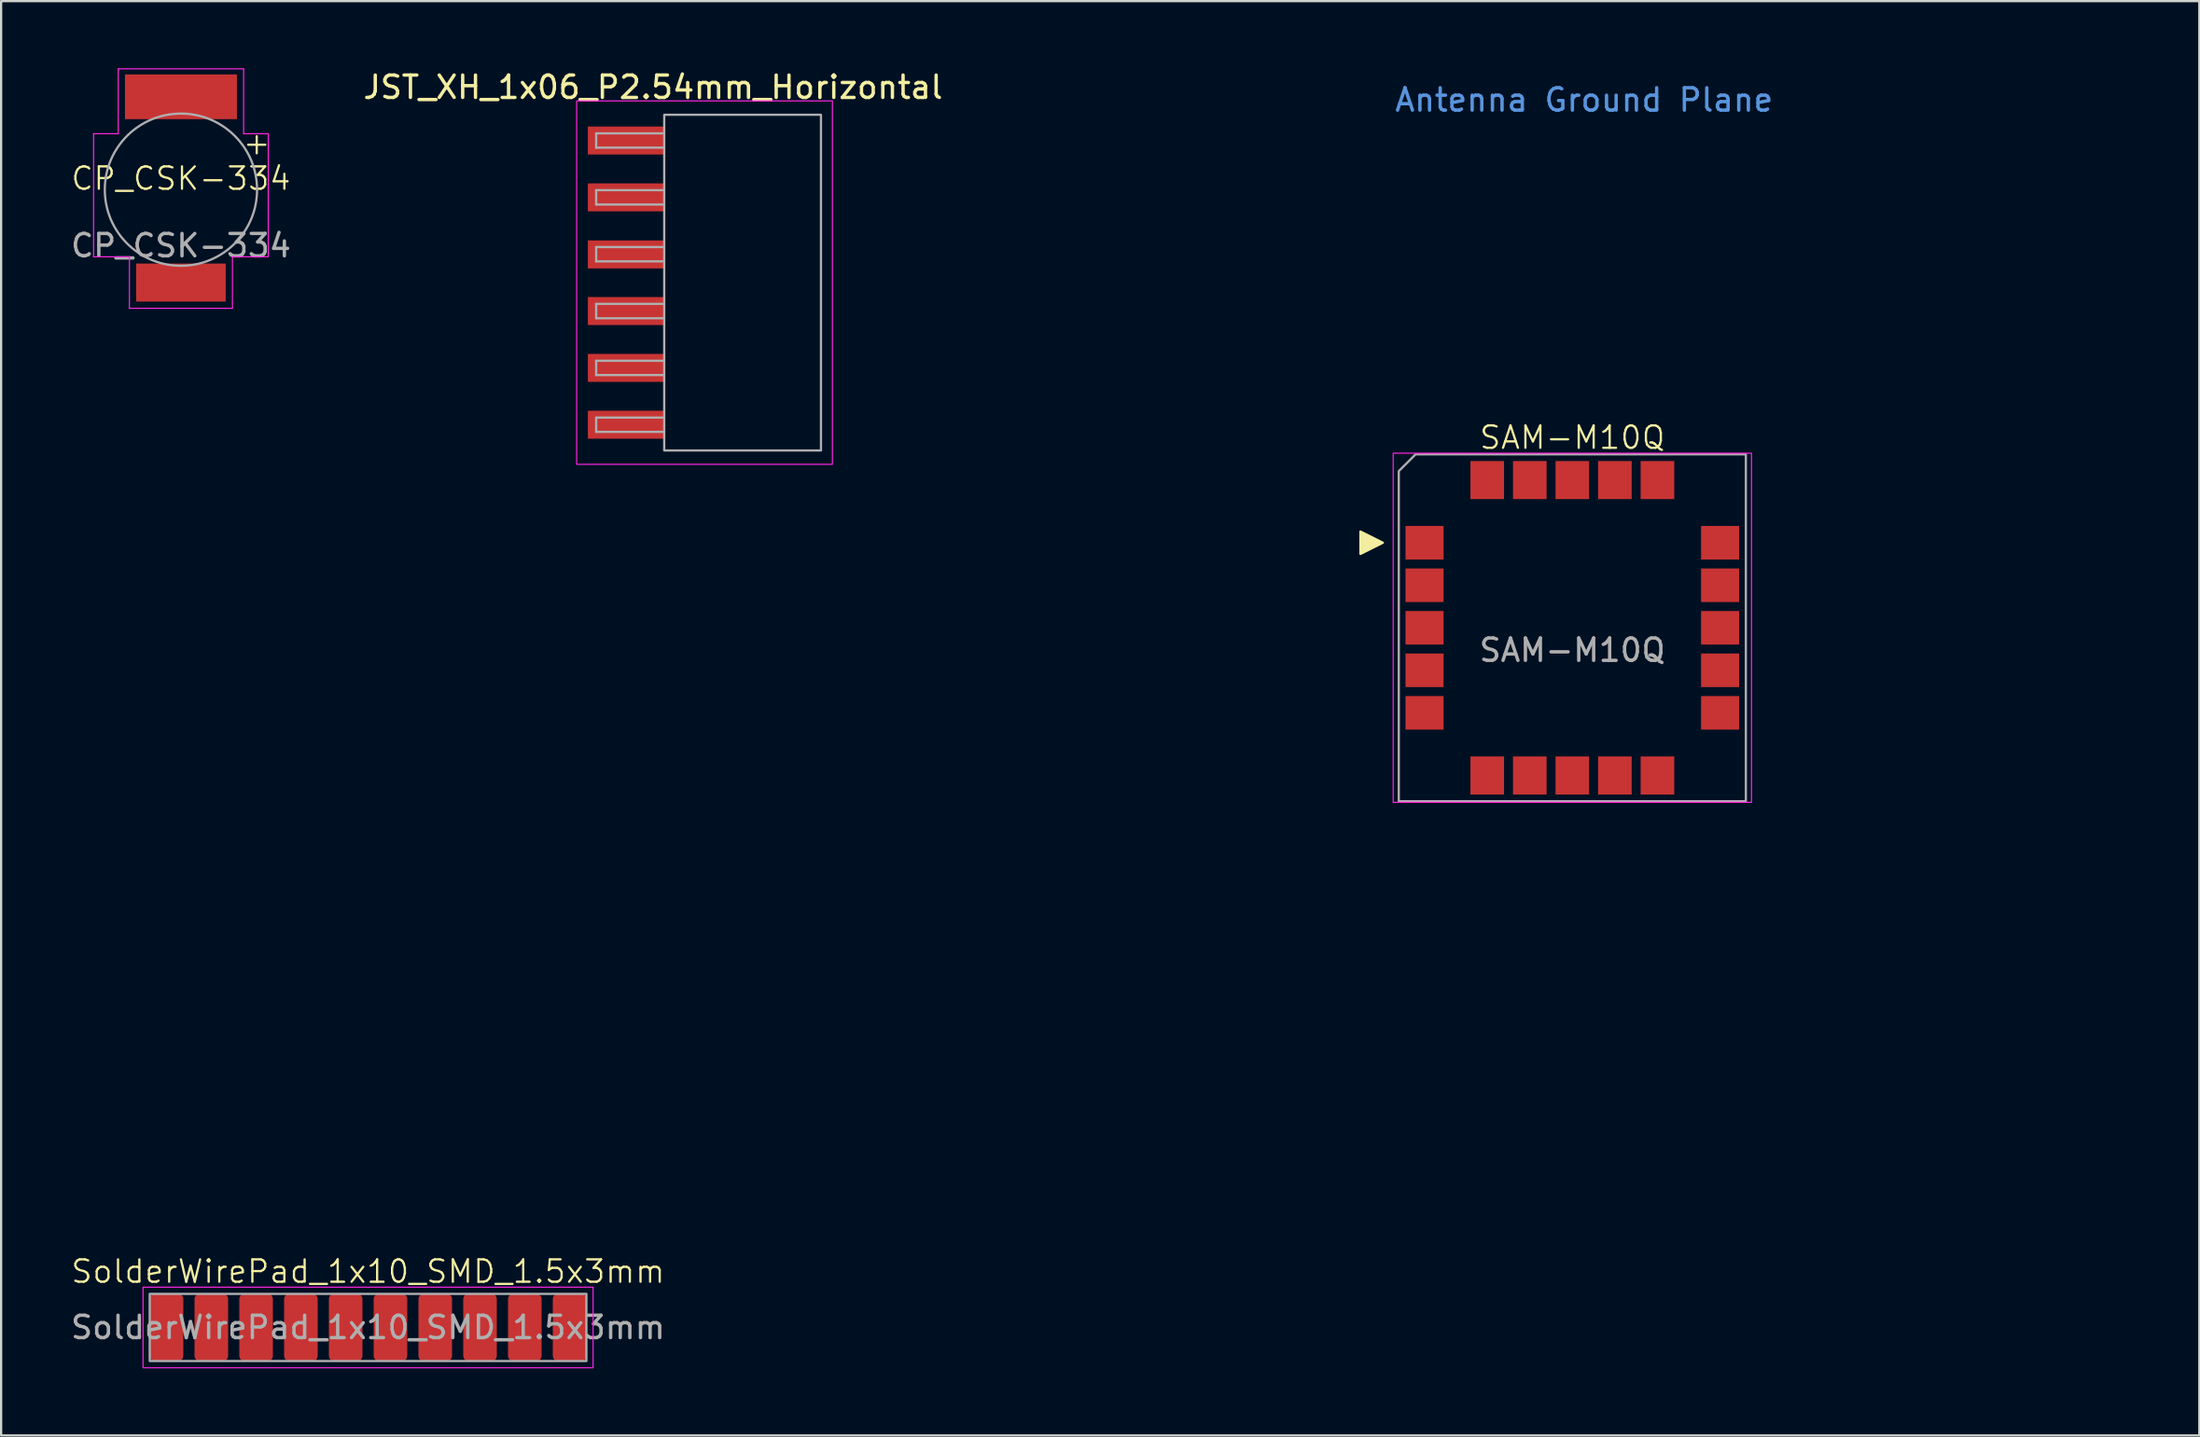
<source format=kicad_pcb>
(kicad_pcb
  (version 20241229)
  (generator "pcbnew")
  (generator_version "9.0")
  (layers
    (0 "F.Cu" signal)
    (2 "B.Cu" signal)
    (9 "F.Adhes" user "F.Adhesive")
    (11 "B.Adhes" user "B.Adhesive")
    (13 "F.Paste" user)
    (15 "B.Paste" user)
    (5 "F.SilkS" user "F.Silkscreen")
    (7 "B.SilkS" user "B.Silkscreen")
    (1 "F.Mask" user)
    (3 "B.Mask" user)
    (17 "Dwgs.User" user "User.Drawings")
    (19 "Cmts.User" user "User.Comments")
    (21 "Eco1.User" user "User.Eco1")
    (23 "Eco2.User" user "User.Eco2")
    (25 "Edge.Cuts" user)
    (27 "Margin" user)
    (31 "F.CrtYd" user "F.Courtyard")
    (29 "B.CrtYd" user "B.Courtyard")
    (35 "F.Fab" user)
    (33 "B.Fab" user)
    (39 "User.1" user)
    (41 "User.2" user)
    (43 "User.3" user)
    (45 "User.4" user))
  (footprint "CP_CSK-334"
    (layer "F.Cu")
    (at 5.03 5.425)
    (property "Reference" "CP_CSK-334" (at 0 -0.5 0) (unlocked yes) (layer "F.SilkS") (effects (font (size 1 1) (thickness 0.1))))
    (attr smd)
    (fp_line (start -3.9 -2.5) (end -3.9 3) (stroke (width 0.05) (type default)) (layer "F.CrtYd"))
    (fp_line (start -3.9 3) (end -2.3 3) (stroke (width 0.05) (type default)) (layer "F.CrtYd"))
    (fp_line (start -2.8 -5.4) (end -2.8 -2.5) (stroke (width 0.05) (type default)) (layer "F.CrtYd"))
    (fp_line (start -2.8 -2.5) (end -3.9 -2.5) (stroke (width 0.05) (type default)) (layer "F.CrtYd"))
    (fp_line (start -2.3 5.3) (end -2.3 3) (stroke (width 0.05) (type default)) (layer "F.CrtYd"))
    (fp_line (start -2.3 5.3) (end 2.3 5.3) (stroke (width 0.05) (type default)) (layer "F.CrtYd"))
    (fp_line (start 2.3 5.3) (end 2.3 3) (stroke (width 0.05) (type default)) (layer "F.CrtYd"))
    (fp_line (start 2.8 -5.4) (end -2.8 -5.4) (stroke (width 0.05) (type default)) (layer "F.CrtYd"))
    (fp_line (start 2.8 -5.4) (end 2.8 -2.5) (stroke (width 0.05) (type default)) (layer "F.CrtYd"))
    (fp_line (start 2.8 -2.5) (end 3.9 -2.5) (stroke (width 0.05) (type default)) (layer "F.CrtYd"))
    (fp_line (start 3.9 -2.5) (end 3.9 3) (stroke (width 0.05) (type default)) (layer "F.CrtYd"))
    (fp_line (start 3.9 3) (end 2.3 3) (stroke (width 0.05) (type default)) (layer "F.CrtYd"))
    (fp_circle (center 0 0) (end 3.4 0) (stroke (width 0.1) (type solid)) (fill no) (layer "F.Fab"))
    (fp_text user "+" (at 2.7 -1.5 0) (unlocked yes) (layer "F.SilkS") (effects (font (size 1 1) (thickness 0.1)) (justify left bottom)))
    (fp_text user "${REFERENCE}" (at 0 2.5 0) (unlocked yes) (layer "F.Fab") (effects (font (size 1 1) (thickness 0.15))))
    (pad "1" smd rect (at 0 -4.15) (size 5 2) (layers "F.Cu" "F.Mask" "F.Paste"))
    (pad "2" smd rect (at 0 4.15) (size 4 1.7) (layers "F.Cu" "F.Mask" "F.Paste")))
  (footprint "SolderWirePad_1x10_SMD_1.5x3mm"
    (layer "F.Cu")
    (at 13.387 56.261)
    (property "Reference" "SolderWirePad_1x10_SMD_1.5x3mm" (at 0 -2.5 0) (unlocked yes) (layer "F.SilkS") (effects (font (size 1 1) (thickness 0.1))))
    (attr smd exclude_from_bom)
    (fp_rect (start -10.05 -1.8) (end 10.05 1.8) (stroke (width 0.05) (type default)) (fill no) (layer "F.CrtYd"))
    (fp_rect (start -9.75 -1.5) (end 9.75 1.5) (stroke (width 0.1) (type default)) (fill no) (layer "F.Fab"))
    (fp_text user "${REFERENCE}" (at 0 0 0) (unlocked yes) (layer "F.Fab") (effects (font (size 1 1) (thickness 0.15))))
    (pad "1" smd roundrect (at -9 0) (size 1.5 3) (layers "F.Cu" "F.Mask" "F.Paste") (roundrect_rratio 0.15))
    (pad "2" smd roundrect (at -7 0) (size 1.5 3) (layers "F.Cu" "F.Mask" "F.Paste") (roundrect_rratio 0.15))
    (pad "3" smd roundrect (at -5 0) (size 1.5 3) (layers "F.Cu" "F.Mask" "F.Paste") (roundrect_rratio 0.15))
    (pad "4" smd roundrect (at -3 0) (size 1.5 3) (layers "F.Cu" "F.Mask" "F.Paste") (roundrect_rratio 0.15))
    (pad "5" smd roundrect (at -1 0) (size 1.5 3) (layers "F.Cu" "F.Mask" "F.Paste") (roundrect_rratio 0.15))
    (pad "6" smd roundrect (at 1 0) (size 1.5 3) (layers "F.Cu" "F.Mask" "F.Paste") (roundrect_rratio 0.15))
    (pad "7" smd roundrect (at 3 0) (size 1.5 3) (layers "F.Cu" "F.Mask" "F.Paste") (roundrect_rratio 0.15))
    (pad "8" smd roundrect (at 5 0) (size 1.5 3) (layers "F.Cu" "F.Mask" "F.Paste") (roundrect_rratio 0.15))
    (pad "9" smd roundrect (at 7 0) (size 1.5 3) (layers "F.Cu" "F.Mask" "F.Paste") (roundrect_rratio 0.15))
    (pad "10" smd roundrect (at 9 0) (size 1.5 3) (layers "F.Cu" "F.Mask" "F.Paste") (roundrect_rratio 0.15)))
  (footprint "JST_XH_1x06_P2.54mm_Horizontal"
    (layer "F.Cu")
    (at 26.113 9.578)
    (property "Reference" "JST_XH_1x06_P2.54mm_Horizontal" (at 0 -8.73 0) (layer "F.SilkS") (effects (font (size 1 1) (thickness 0.15))))
    (attr smd)
    (fp_rect (start -3.41 -8.12) (end 8.01 8.12) (stroke (width 0.05) (type solid)) (fill no) (layer "F.CrtYd"))
    (fp_line (start -2.54 -6.67) (end -2.54 -6.03) (stroke (width 0.1) (type solid)) (layer "F.Fab"))
    (fp_line (start -2.54 -6.67) (end 0.46 -6.67) (stroke (width 0.1) (type solid)) (layer "F.Fab"))
    (fp_line (start -2.54 -6.03) (end 0.46 -6.03) (stroke (width 0.1) (type solid)) (layer "F.Fab"))
    (fp_line (start -2.54 -4.13) (end -2.54 -3.49) (stroke (width 0.1) (type solid)) (layer "F.Fab"))
    (fp_line (start -2.54 -4.13) (end 0.46 -4.13) (stroke (width 0.1) (type solid)) (layer "F.Fab"))
    (fp_line (start -2.54 -3.49) (end 0.46 -3.49) (stroke (width 0.1) (type solid)) (layer "F.Fab"))
    (fp_line (start -2.54 -1.59) (end -2.54 -0.95) (stroke (width 0.1) (type solid)) (layer "F.Fab"))
    (fp_line (start -2.54 -1.59) (end 0.46 -1.59) (stroke (width 0.1) (type solid)) (layer "F.Fab"))
    (fp_line (start -2.54 -0.95) (end 0.46 -0.95) (stroke (width 0.1) (type solid)) (layer "F.Fab"))
    (fp_line (start -2.54 0.95) (end -2.54 1.59) (stroke (width 0.1) (type solid)) (layer "F.Fab"))
    (fp_line (start -2.54 0.95) (end 0.46 0.95) (stroke (width 0.1) (type solid)) (layer "F.Fab"))
    (fp_line (start -2.54 1.59) (end 0.46 1.59) (stroke (width 0.1) (type solid)) (layer "F.Fab"))
    (fp_line (start -2.54 3.49) (end -2.54 4.13) (stroke (width 0.1) (type solid)) (layer "F.Fab"))
    (fp_line (start -2.54 3.49) (end 0.46 3.49) (stroke (width 0.1) (type solid)) (layer "F.Fab"))
    (fp_line (start -2.54 4.13) (end 0.46 4.13) (stroke (width 0.1) (type solid)) (layer "F.Fab"))
    (fp_line (start -2.54 6.03) (end -2.54 6.67) (stroke (width 0.1) (type solid)) (layer "F.Fab"))
    (fp_line (start -2.54 6.03) (end 0.46 6.03) (stroke (width 0.1) (type solid)) (layer "F.Fab"))
    (fp_line (start -2.54 6.67) (end 0.46 6.67) (stroke (width 0.1) (type solid)) (layer "F.Fab"))
    (fp_rect (start 0.5 -7.5) (end 7.5 7.5) (stroke (width 0.1) (type solid)) (fill no) (layer "F.Fab"))
    (pad "1" smd rect (at -1.205 -6.35) (size 3.41 1.25) (layers "F.Cu" "F.Mask" "F.Paste"))
    (pad "2" smd rect (at -1.205 -3.81) (size 3.41 1.25) (layers "F.Cu" "F.Mask" "F.Paste"))
    (pad "3" smd rect (at -1.205 -1.26) (size 3.41 1.25) (layers "F.Cu" "F.Mask" "F.Paste"))
    (pad "4" smd rect (at -1.205 1.27) (size 3.41 1.25) (layers "F.Cu" "F.Mask" "F.Paste"))
    (pad "5" smd rect (at -1.205 3.81) (size 3.41 1.25) (layers "F.Cu" "F.Mask" "F.Paste"))
    (pad "6" smd rect (at -1.205 6.35) (size 3.41 1.25) (layers "F.Cu" "F.Mask" "F.Paste")))
  (footprint "SAM-M10Q"
    (layer "F.Cu")
    (at 67.167 25)
    (property "Reference" "SAM-M10Q" (at 0 -8.5 0) (unlocked yes) (layer "F.SilkS") (effects (font (size 1 1) (thickness 0.1))))
    (attr smd)
    (fp_poly (pts (xy -8.462 -3.8) (xy -9.462 -3.3) (xy -9.462 -4.3)) (stroke (width 0.1) (type solid)) (fill yes) (layer "F.SilkS"))
    (fp_rect (start -8 -7.8) (end 8 7.8) (stroke (width 0.05) (type solid)) (fill no) (layer "F.CrtYd"))
    (fp_poly (pts (xy -7.75 -7) (xy -7 -7.75) (xy 7.75 -7.75) (xy 7.75 7.75) (xy -7.75 7.75)) (stroke (width 0.1) (type solid)) (fill no) (layer "F.Fab"))
    (fp_text user "Antenna Ground Plane" (at -8 -23 0) (unlocked yes) (layer "Cmts.User") (effects (font (size 1 1) (thickness 0.15)) (justify left bottom)))
    (fp_text user "${REFERENCE}" (at 0 1 0) (unlocked yes) (layer "F.Fab") (effects (font (size 1 1) (thickness 0.15))))
    (pad "1" smd rect (at -6.6 -3.8 270) (size 1.5 1.7) (layers "F.Cu" "F.Mask" "F.Paste"))
    (pad "2" smd rect (at -6.6 -1.9 270) (size 1.5 1.7) (layers "F.Cu" "F.Mask" "F.Paste"))
    (pad "3" smd rect (at -6.6 0 270) (size 1.5 1.7) (layers "F.Cu" "F.Mask" "F.Paste"))
    (pad "4" smd rect (at -6.6 1.9 270) (size 1.5 1.7) (layers "F.Cu" "F.Mask" "F.Paste"))
    (pad "5" smd rect (at -6.6 3.8 270) (size 1.5 1.7) (layers "F.Cu" "F.Mask" "F.Paste"))
    (pad "6" smd rect (at -3.8 6.6 180) (size 1.5 1.7) (layers "F.Cu" "F.Mask" "F.Paste"))
    (pad "7" smd rect (at -1.9 6.6 180) (size 1.5 1.7) (layers "F.Cu" "F.Mask" "F.Paste"))
    (pad "8" smd rect (at 0 6.6 180) (size 1.5 1.7) (layers "F.Cu" "F.Mask" "F.Paste"))
    (pad "9" smd rect (at 1.9 6.6 180) (size 1.5 1.7) (layers "F.Cu" "F.Mask" "F.Paste"))
    (pad "10" smd rect (at 3.8 6.6 180) (size 1.5 1.7) (layers "F.Cu" "F.Mask" "F.Paste"))
    (pad "11" smd rect (at 6.6 3.8 270) (size 1.5 1.7) (layers "F.Cu" "F.Mask" "F.Paste"))
    (pad "12" smd rect (at 6.6 1.9 270) (size 1.5 1.7) (layers "F.Cu" "F.Mask" "F.Paste"))
    (pad "13" smd rect (at 6.6 0 270) (size 1.5 1.7) (layers "F.Cu" "F.Mask" "F.Paste"))
    (pad "14" smd rect (at 6.6 -1.9 270) (size 1.5 1.7) (layers "F.Cu" "F.Mask" "F.Paste"))
    (pad "15" smd rect (at 6.6 -3.8 270) (size 1.5 1.7) (layers "F.Cu" "F.Mask" "F.Paste"))
    (pad "16" smd rect (at 3.8 -6.6 180) (size 1.5 1.7) (layers "F.Cu" "F.Mask" "F.Paste"))
    (pad "17" smd rect (at 1.9 -6.6 180) (size 1.5 1.7) (layers "F.Cu" "F.Mask" "F.Paste"))
    (pad "18" smd rect (at 0 -6.6 180) (size 1.5 1.7) (layers "F.Cu" "F.Mask" "F.Paste"))
    (pad "19" smd rect (at -1.9 -6.6 180) (size 1.5 1.7) (layers "F.Cu" "F.Mask" "F.Paste"))
    (pad "20" smd rect (at -3.8 -6.6 180) (size 1.5 1.7) (layers "F.Cu" "F.Mask" "F.Paste"))
    (zone (net_name "") (layer "Dwgs.User") (name "Antenna Ground Plane") (hatch edge 0.5) (connect_pads) (min_thickness 0.25) (filled_areas_thickness no) (keepout (tracks allowed) (vias allowed) (pads allowed) (copperpour allowed) (footprints allowed)) (placement (enabled no)) (fill) (polygon (pts (xy 92.167 0) (xy 92.167 50) (xy 42.167 50) (xy 42.167 0)))))
  (gr_rect
    (start -3 -3)
    (end 95.167 61.086)
    (stroke (width 0.1) (type default))
    (fill no)
    (layer "Edge.Cuts")))
</source>
